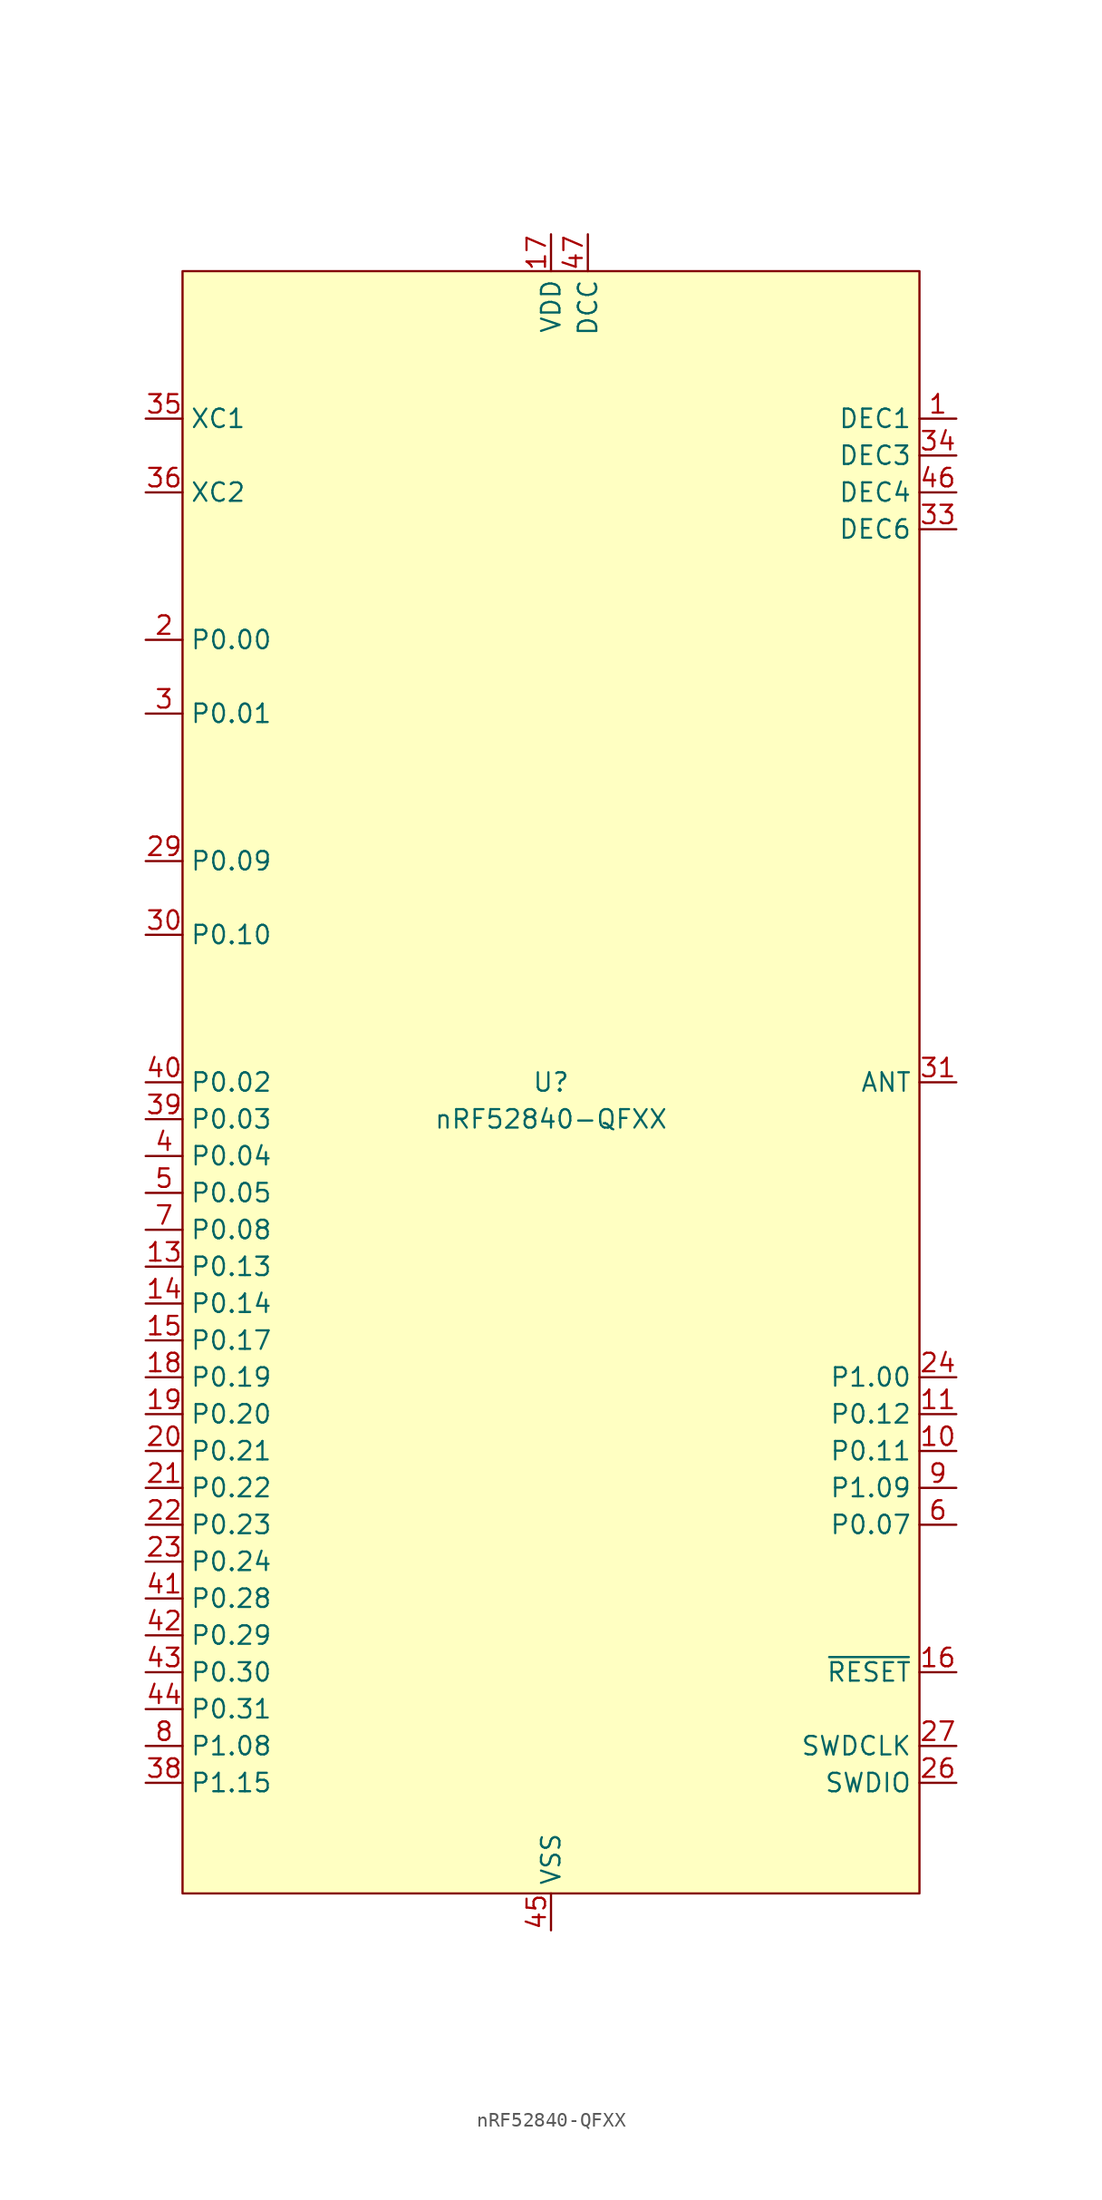
<source format=kicad_sym>
(kicad_symbol_lib
  (version 20241209)
  (generator "kicad_symbol_editor")
  (generator_version "9.0")
  (symbol "nRF52840-QFXX"
    (property "Reference" "U"
      (at 0 0 0)
      (do_not_autoplace)
      (effects (font (size 1.27 1.27))))
    (property "Value" "nRF52840-QFXX"
      (at 0 -2.54 0)
      (effects (font (size 1.27 1.27))))
    (symbol "nRF52840-QFXX_0_0"
      (pin input line (at -27.94 45.72 0) (length 2.54) (name "XC1" (effects (font (size 1.27 1.27)))) (number "35" (effects (font (size 1.27 1.27)))))
      (pin input line (at -27.94 40.64 0) (length 2.54) (name "XC2" (effects (font (size 1.27 1.27)))) (number "36" (effects (font (size 1.27 1.27)))))
      (pin bidirectional line (at -27.94 -10.16 0) (length 2.54) (name "P0.08" (effects (font (size 1.27 1.27)))) (number "7" (effects (font (size 1.27 1.27)))))
      (pin bidirectional line (at -27.94 -12.7 0) (length 2.54) (name "P0.13" (effects (font (size 1.27 1.27)))) (number "13" (effects (font (size 1.27 1.27)))))
      (pin bidirectional line (at -27.94 -15.24 0) (length 2.54) (name "P0.14" (effects (font (size 1.27 1.27)))) (number "14" (effects (font (size 1.27 1.27)))))
      (pin bidirectional line (at -27.94 -17.78 0) (length 2.54) (name "P0.17" (effects (font (size 1.27 1.27)))) (number "15" (effects (font (size 1.27 1.27)))))
      (pin bidirectional line (at -27.94 -20.32 0) (length 2.54) (name "P0.19" (effects (font (size 1.27 1.27)))) (number "18" (effects (font (size 1.27 1.27)))))
      (pin bidirectional line (at -27.94 -22.86 0) (length 2.54) (name "P0.20" (effects (font (size 1.27 1.27)))) (number "19" (effects (font (size 1.27 1.27)))))
      (pin bidirectional line (at -27.94 -25.4 0) (length 2.54) (name "P0.21" (effects (font (size 1.27 1.27)))) (number "20" (effects (font (size 1.27 1.27)))))
      (pin bidirectional line (at -27.94 -27.94 0) (length 2.54) (name "P0.22" (effects (font (size 1.27 1.27)))) (number "21" (effects (font (size 1.27 1.27)))))
      (pin bidirectional line (at -27.94 -30.48 0) (length 2.54) (name "P0.23" (effects (font (size 1.27 1.27)))) (number "22" (effects (font (size 1.27 1.27)))))
      (pin bidirectional line (at -27.94 -33.02 0) (length 2.54) (name "P0.24" (effects (font (size 1.27 1.27)))) (number "23" (effects (font (size 1.27 1.27)))))
      (pin bidirectional line (at -27.94 -45.72 0) (length 2.54) (name "P1.08" (effects (font (size 1.27 1.27)))) (number "8" (effects (font (size 1.27 1.27)))))
      (pin bidirectional line (at -27.94 -48.26 0) (length 2.54) (name "P1.15" (effects (font (size 1.27 1.27)))) (number "38" (effects (font (size 1.27 1.27)))))
      (pin power_in line (at 0 58.42 270) (length 2.54) (name "VDD" (effects (font (size 1.27 1.27)))) (number "17" (effects (font (size 1.27 1.27)))))
      (pin power_in line (at 0 -58.42 90) (length 2.54) (name "VSS" (effects (font (size 1.27 1.27)))) (number "45" (effects (font (size 1.27 1.27)))))
      (pin power_out line (at 2.54 58.42 270) (length 2.54) (name "DCC" (effects (font (size 1.27 1.27)))) (number "47" (effects (font (size 1.27 1.27)))))
      (pin bidirectional line (at 27.94 0 180) (length 2.54) (name "ANT" (effects (font (size 1.27 1.27)))) (number "31" (effects (font (size 1.27 1.27)))))
      (pin bidirectional line (at 27.94 -48.26 180) (length 2.54) (name "SWDIO" (effects (font (size 1.27 1.27)))) (number "26" (effects (font (size 1.27 1.27))))))
    (symbol "nRF52840-QFXX_1_0"
      (pin bidirectional line (at -27.94 30.48 0) (length 2.54) (name "P0.00" (effects (font (size 1.27 1.27)))) (number "2" (effects (font (size 1.27 1.27)))) (alternate "XL1" input line))
      (pin bidirectional line (at -27.94 25.4 0) (length 2.54) (name "P0.01" (effects (font (size 1.27 1.27)))) (number "3" (effects (font (size 1.27 1.27)))) (alternate "XL2" input line))
      (pin bidirectional line (at -27.94 15.24 0) (length 2.54) (name "P0.09" (effects (font (size 1.27 1.27)))) (number "29" (effects (font (size 1.27 1.27)))) (alternate "NFC1" input line))
      (pin bidirectional line (at -27.94 10.16 0) (length 2.54) (name "P0.10" (effects (font (size 1.27 1.27)))) (number "30" (effects (font (size 1.27 1.27)))) (alternate "NFC2" input line))
      (pin bidirectional line (at -27.94 0 0) (length 2.54) (name "P0.02" (effects (font (size 1.27 1.27)))) (number "40" (effects (font (size 1.27 1.27)))) (alternate "AIN0" input line))
      (pin bidirectional line (at -27.94 -2.54 0) (length 2.54) (name "P0.03" (effects (font (size 1.27 1.27)))) (number "39" (effects (font (size 1.27 1.27)))) (alternate "AIN1" input line))
      (pin bidirectional line (at -27.94 -5.08 0) (length 2.54) (name "P0.04" (effects (font (size 1.27 1.27)))) (number "4" (effects (font (size 1.27 1.27)))) (alternate "AIN2" input line))
      (pin bidirectional line (at -27.94 -7.62 0) (length 2.54) (name "P0.05" (effects (font (size 1.27 1.27)))) (number "5" (effects (font (size 1.27 1.27)))) (alternate "AIN3" input line))
      (pin bidirectional line (at -27.94 -35.56 0) (length 2.54) (name "P0.28" (effects (font (size 1.27 1.27)))) (number "41" (effects (font (size 1.27 1.27)))) (alternate "AIN4" input line))
      (pin bidirectional line (at -27.94 -38.1 0) (length 2.54) (name "P0.29" (effects (font (size 1.27 1.27)))) (number "42" (effects (font (size 1.27 1.27)))) (alternate "AIN5" input line))
      (pin bidirectional line (at -27.94 -40.64 0) (length 2.54) (name "P0.30" (effects (font (size 1.27 1.27)))) (number "43" (effects (font (size 1.27 1.27)))) (alternate "AIN6" input line))
      (pin bidirectional line (at -27.94 -43.18 0) (length 2.54) (name "P0.31" (effects (font (size 1.27 1.27)))) (number "44" (effects (font (size 1.27 1.27)))) (alternate "AIN7" input line))
      (pin no_connect line (at -15.24 -55.88 90) (length 2.54) (hide yes) (name "NC" (effects (font (size 1.27 1.27)))) (number "28" (effects (font (size 1.27 1.27)))))
      (pin passive line (at 0 58.42 270) (length 2.54) (hide yes) (name "VDD" (effects (font (size 1.27 1.27)))) (number "12" (effects (font (size 1.27 1.27)))))
      (pin passive line (at 0 58.42 270) (length 2.54) (hide yes) (name "VDD" (effects (font (size 1.27 1.27)))) (number "25" (effects (font (size 1.27 1.27)))))
      (pin passive line (at 0 58.42 270) (length 2.54) (hide yes) (name "VDD" (effects (font (size 1.27 1.27)))) (number "37" (effects (font (size 1.27 1.27)))))
      (pin passive line (at 0 58.42 270) (length 2.54) (hide yes) (name "VDD" (effects (font (size 1.27 1.27)))) (number "48" (effects (font (size 1.27 1.27)))))
      (pin passive line (at 0 -58.42 90) (length 2.54) (hide yes) (name "VSS_PA" (effects (font (size 1.27 1.27)))) (number "32" (effects (font (size 1.27 1.27)))))
      (pin passive line (at 0 -58.42 90) (length 2.54) (hide yes) (name "VSS" (effects (font (size 1.27 1.27)))) (number "49" (effects (font (size 1.27 1.27)))))
      (pin passive line (at 27.94 45.72 180) (length 2.54) (name "DEC1" (effects (font (size 1.27 1.27)))) (number "1" (effects (font (size 1.27 1.27)))))
      (pin passive line (at 27.94 43.18 180) (length 2.54) (name "DEC3" (effects (font (size 1.27 1.27)))) (number "34" (effects (font (size 1.27 1.27)))))
      (pin passive line (at 27.94 40.64 180) (length 2.54) (name "DEC4" (effects (font (size 1.27 1.27)))) (number "46" (effects (font (size 1.27 1.27)))))
      (pin passive line (at 27.94 38.1 180) (length 2.54) (name "DEC6" (effects (font (size 1.27 1.27)))) (number "33" (effects (font (size 1.27 1.27)))))
      (pin bidirectional line (at 27.94 -20.32 180) (length 2.54) (name "P1.00" (effects (font (size 1.27 1.27)))) (number "24" (effects (font (size 1.27 1.27)))) (alternate "TRACEDATA[0]" output line))
      (pin bidirectional line (at 27.94 -22.86 180) (length 2.54) (name "P0.12" (effects (font (size 1.27 1.27)))) (number "11" (effects (font (size 1.27 1.27)))) (alternate "TRACEDATA1" output line))
      (pin bidirectional line (at 27.94 -25.4 180) (length 2.54) (name "P0.11" (effects (font (size 1.27 1.27)))) (number "10" (effects (font (size 1.27 1.27)))) (alternate "TRACEDATA[2]" output line))
      (pin bidirectional line (at 27.94 -27.94 180) (length 2.54) (name "P1.09" (effects (font (size 1.27 1.27)))) (number "9" (effects (font (size 1.27 1.27)))) (alternate "TRACEDATA[3]" output line))
      (pin bidirectional line (at 27.94 -30.48 180) (length 2.54) (name "P0.07" (effects (font (size 1.27 1.27)))) (number "6" (effects (font (size 1.27 1.27)))) (alternate "TRACECLK" input line))
      (pin input line (at 27.94 -40.64 180) (length 2.54) (name "~{RESET}" (effects (font (size 1.27 1.27)))) (number "16" (effects (font (size 1.27 1.27)))) (alternate "P0.18" bidirectional line))
      (pin input line (at 27.94 -45.72 180) (length 2.54) (name "SWDCLK" (effects (font (size 1.27 1.27)))) (number "27" (effects (font (size 1.27 1.27))))))
    (symbol "nRF52840-QFXX_1_1"
      (rectangle (start -25.4 55.88) (end 25.4 -55.88) (stroke (width 0) (type default)) (fill (type background))))))
</source>
